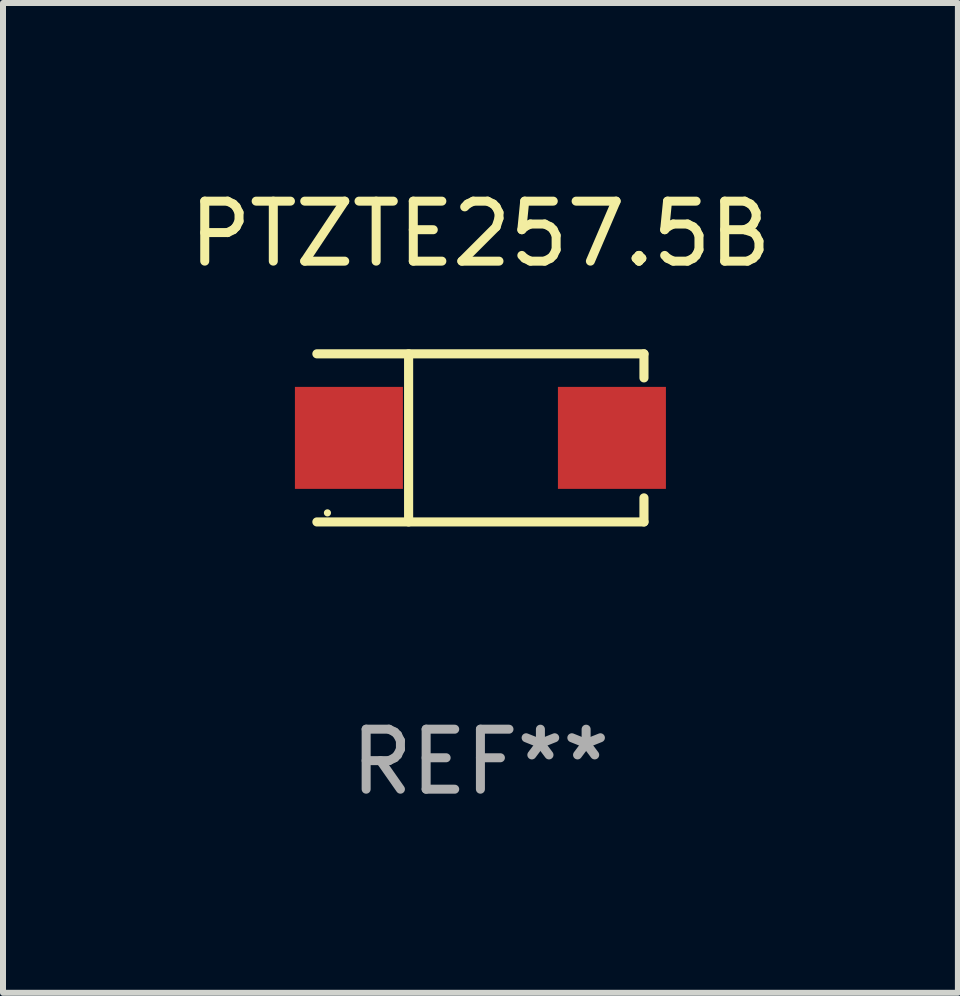
<source format=kicad_pcb>
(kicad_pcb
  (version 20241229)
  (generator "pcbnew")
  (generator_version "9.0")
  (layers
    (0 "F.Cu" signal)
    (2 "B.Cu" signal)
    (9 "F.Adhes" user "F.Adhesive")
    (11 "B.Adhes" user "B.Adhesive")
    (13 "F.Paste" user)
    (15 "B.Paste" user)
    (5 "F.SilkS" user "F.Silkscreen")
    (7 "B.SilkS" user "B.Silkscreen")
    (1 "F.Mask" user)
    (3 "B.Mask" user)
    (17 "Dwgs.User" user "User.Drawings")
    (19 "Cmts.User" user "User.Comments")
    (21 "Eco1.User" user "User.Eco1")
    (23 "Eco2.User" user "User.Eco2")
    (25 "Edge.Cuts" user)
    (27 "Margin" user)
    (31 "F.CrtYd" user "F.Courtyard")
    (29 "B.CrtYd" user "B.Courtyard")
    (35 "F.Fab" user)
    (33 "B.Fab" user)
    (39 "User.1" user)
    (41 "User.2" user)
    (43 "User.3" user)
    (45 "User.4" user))
  (footprint "PTZTE257.5B"
    (layer "F.Cu")
    (at 4.958 4.249)
    (property "Reference" "PTZTE257.5B" (at 0 -3.401 0) (layer "F.SilkS") (effects (font (size 1 1) (thickness 0.15))))
    (attr through_hole)
    (fp_line (start -2.726 -1.401) (end 2.726 -1.401) (stroke (width 0.152) (type solid)) (layer "F.SilkS"))
    (fp_line (start -2.726 1.401) (end 2.726 1.401) (stroke (width 0.152) (type solid)) (layer "F.SilkS"))
    (fp_line (start -1.197 -1.401) (end -1.197 1.401) (stroke (width 0.152) (type solid)) (layer "F.SilkS"))
    (fp_line (start 2.726 -1.401) (end 2.726 -1) (stroke (width 0.152) (type solid)) (layer "F.SilkS"))
    (fp_line (start 2.726 1.401) (end 2.726 1) (stroke (width 0.152) (type solid)) (layer "F.SilkS"))
    (fp_circle (center -2.55 1.25) (end -2.52 1.25) (stroke (width 0.06) (type solid)) (fill no) (layer "F.SilkS"))
    (fp_text user "REF**" (at 0 5.401 0) (layer "F.Fab") (effects (font (size 1 1) (thickness 0.15))))
    (pad "1" smd rect (at -2.192 0) (size 1.8 1.7) (layers "F.Cu" "F.Mask" "F.Paste"))
    (pad "2" smd rect (at 2.192 0) (size 1.8 1.7) (layers "F.Cu" "F.Mask" "F.Paste")))
  (gr_rect
    (start -3 -3)
    (end 12.917 13.499)
    (stroke (width 0.1) (type default))
    (fill no)
    (layer "Edge.Cuts")))
</source>
